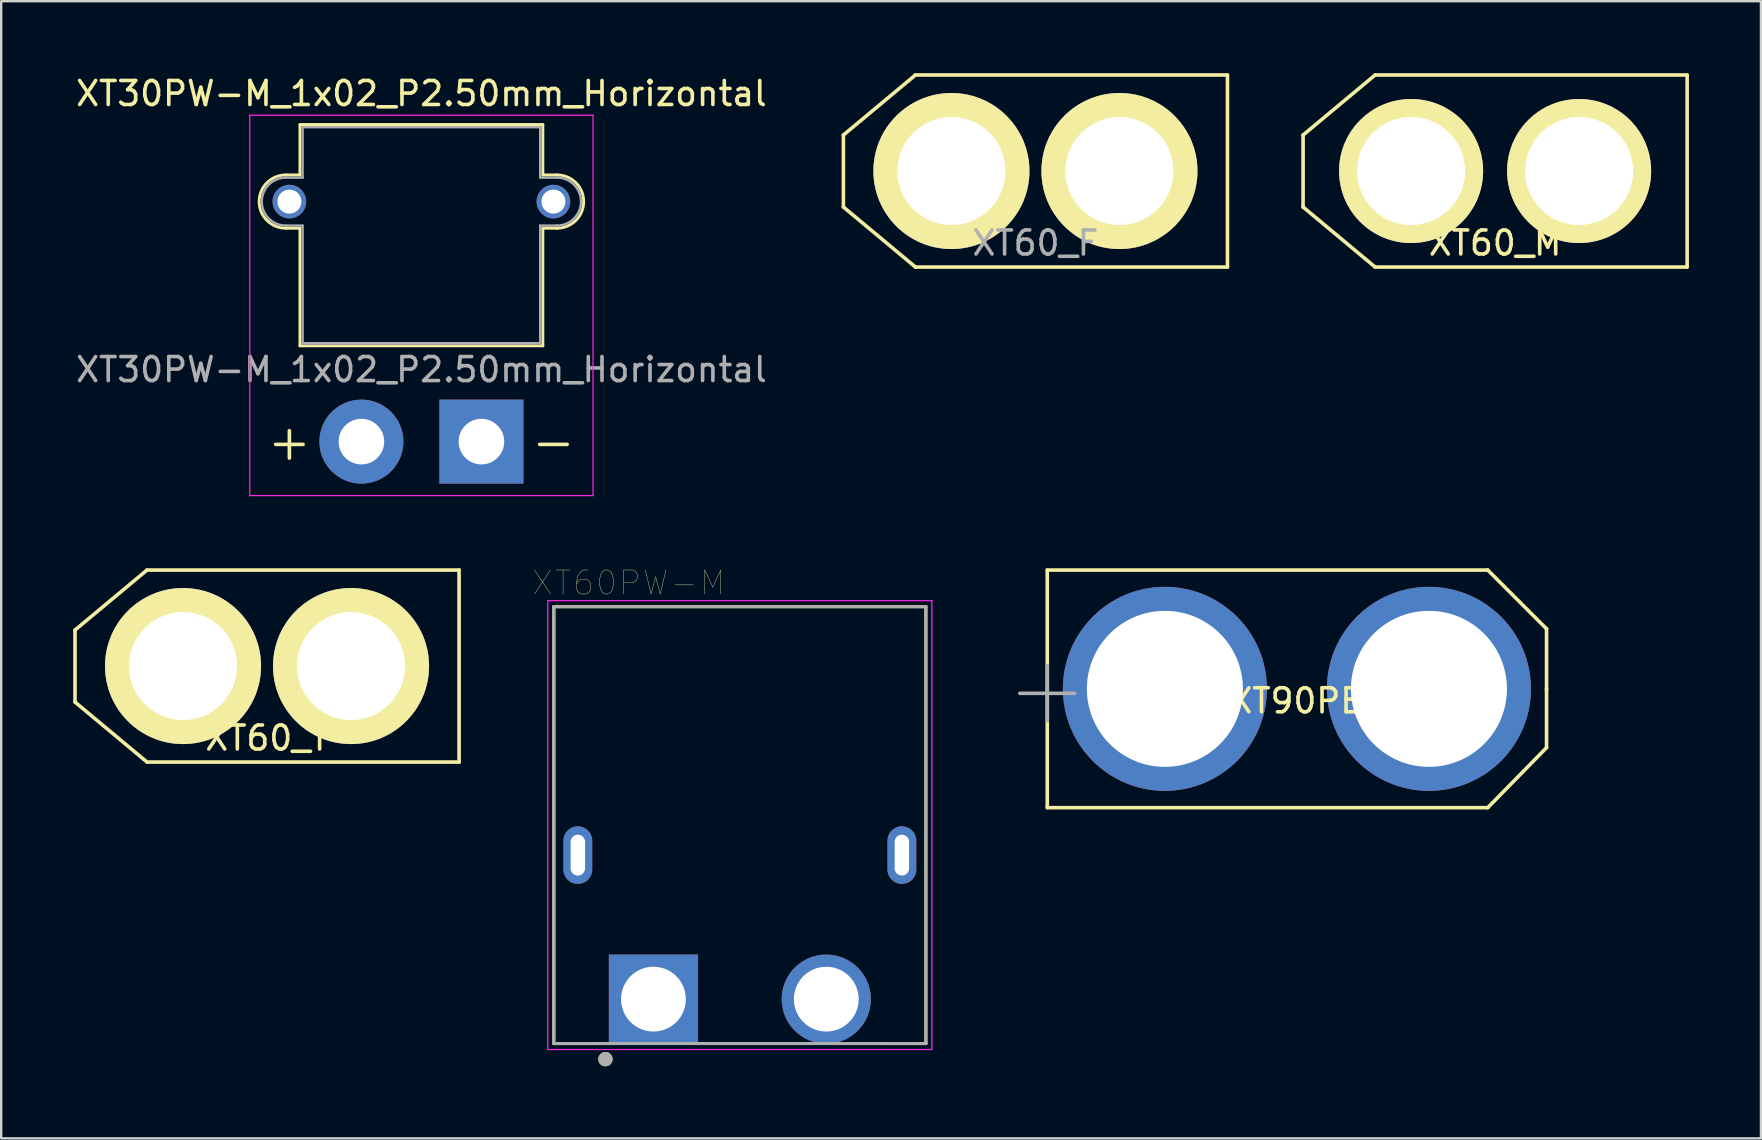
<source format=kicad_pcb>
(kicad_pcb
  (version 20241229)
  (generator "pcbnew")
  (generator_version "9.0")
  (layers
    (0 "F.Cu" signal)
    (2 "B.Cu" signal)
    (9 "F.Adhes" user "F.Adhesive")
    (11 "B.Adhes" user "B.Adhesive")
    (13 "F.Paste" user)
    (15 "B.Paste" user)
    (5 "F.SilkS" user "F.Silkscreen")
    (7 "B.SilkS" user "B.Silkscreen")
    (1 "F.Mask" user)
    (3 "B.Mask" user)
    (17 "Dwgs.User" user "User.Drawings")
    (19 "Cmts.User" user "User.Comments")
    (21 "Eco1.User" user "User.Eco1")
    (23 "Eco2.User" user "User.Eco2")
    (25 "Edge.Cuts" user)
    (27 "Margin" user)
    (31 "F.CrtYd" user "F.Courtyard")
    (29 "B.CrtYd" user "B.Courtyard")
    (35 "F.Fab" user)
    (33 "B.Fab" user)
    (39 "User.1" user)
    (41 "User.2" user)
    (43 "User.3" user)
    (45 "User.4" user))
  (footprint "XT30PW-M_1x02_P2.50mm_Horizontal"
    (layer "F.Cu")
    (at 17.006 15.348)
    (property "Reference" "XT30PW-M_1x02_P2.50mm_Horizontal" (at -2.5 -14.5 0) (layer "F.SilkS") (effects (font (size 1 1) (thickness 0.15))))
    (attr through_hole)
    (fp_line (start -8.15 -11.11) (end -7.56 -11.11) (stroke (width 0.12) (type solid)) (layer "F.SilkS"))
    (fp_line (start -8.15 -8.89) (end -7.56 -8.89) (stroke (width 0.12) (type solid)) (layer "F.SilkS"))
    (fp_line (start -7.56 -13.21) (end -7.56 -11.11) (stroke (width 0.12) (type solid)) (layer "F.SilkS"))
    (fp_line (start -7.56 -13.21) (end 2.56 -13.21) (stroke (width 0.12) (type solid)) (layer "F.SilkS"))
    (fp_line (start -7.56 -8.89) (end -7.56 -3.99) (stroke (width 0.12) (type solid)) (layer "F.SilkS"))
    (fp_line (start -7.56 -3.99) (end 2.56 -3.99) (stroke (width 0.12) (type solid)) (layer "F.SilkS"))
    (fp_line (start 2.56 -13.21) (end 2.56 -11.11) (stroke (width 0.12) (type solid)) (layer "F.SilkS"))
    (fp_line (start 2.56 -11.11) (end 3.15 -11.11) (stroke (width 0.12) (type solid)) (layer "F.SilkS"))
    (fp_line (start 2.56 -8.89) (end 2.56 -3.99) (stroke (width 0.12) (type solid)) (layer "F.SilkS"))
    (fp_line (start 2.56 -8.89) (end 3.15 -8.89) (stroke (width 0.12) (type solid)) (layer "F.SilkS"))
    (fp_arc (start -8.15 -8.89) (mid -9.26 -10) (end -8.15 -11.11) (stroke (width 0.12) (type solid)) (layer "F.SilkS"))
    (fp_arc (start 3.15 -11.11) (mid 4.26 -10) (end 3.15 -8.89) (stroke (width 0.12) (type solid)) (layer "F.SilkS"))
    (fp_line (start -9.65 -13.6) (end -9.65 2.25) (stroke (width 0.05) (type solid)) (layer "F.CrtYd"))
    (fp_line (start -9.65 -13.6) (end 4.65 -13.6) (stroke (width 0.05) (type solid)) (layer "F.CrtYd"))
    (fp_line (start -9.65 2.25) (end 4.65 2.25) (stroke (width 0.05) (type solid)) (layer "F.CrtYd"))
    (fp_line (start 4.65 -13.6) (end 4.65 2.25) (stroke (width 0.05) (type solid)) (layer "F.CrtYd"))
    (fp_line (start -8.15 -11) (end -7.45 -11) (stroke (width 0.1) (type solid)) (layer "F.Fab"))
    (fp_line (start -8.15 -9) (end -7.45 -9) (stroke (width 0.1) (type solid)) (layer "F.Fab"))
    (fp_line (start -7.45 -13.1) (end -7.45 -11) (stroke (width 0.1) (type solid)) (layer "F.Fab"))
    (fp_line (start -7.45 -13.1) (end 2.45 -13.1) (stroke (width 0.1) (type solid)) (layer "F.Fab"))
    (fp_line (start -7.45 -9) (end -7.45 -4.1) (stroke (width 0.1) (type solid)) (layer "F.Fab"))
    (fp_line (start -7.45 -4.1) (end 2.45 -4.1) (stroke (width 0.1) (type solid)) (layer "F.Fab"))
    (fp_line (start 2.45 -13.1) (end 2.45 -11) (stroke (width 0.1) (type solid)) (layer "F.Fab"))
    (fp_line (start 2.45 -11) (end 3.15 -11) (stroke (width 0.1) (type solid)) (layer "F.Fab"))
    (fp_line (start 2.45 -9) (end 2.45 -4.1) (stroke (width 0.1) (type solid)) (layer "F.Fab"))
    (fp_line (start 2.45 -9) (end 3.15 -9) (stroke (width 0.1) (type solid)) (layer "F.Fab"))
    (fp_arc (start -8.15 -9) (mid -9.15 -10) (end -8.15 -11) (stroke (width 0.1) (type solid)) (layer "F.Fab"))
    (fp_arc (start 3.15 -11) (mid 4.15 -10) (end 3.15 -9) (stroke (width 0.1) (type solid)) (layer "F.Fab"))
    (fp_text user "-" (at 3 0 0) (layer "F.SilkS") (effects (font (size 1.5 1.5) (thickness 0.15))))
    (fp_text user "+" (at -8 0 0) (layer "F.SilkS") (effects (font (size 1.5 1.5) (thickness 0.15))))
    (fp_text user "${REFERENCE}" (at -2.5 -3 0) (layer "F.Fab") (effects (font (size 1 1) (thickness 0.15))))
    (pad "" thru_hole circle (at -8 -10) (size 1.4 1.4) (drill 1) (layers "*.Cu" "*.Mask"))
    (pad "" thru_hole circle (at 3 -10) (size 1.4 1.4) (drill 1) (layers "*.Cu" "*.Mask"))
    (pad "1" thru_hole rect (at 0 0) (size 3.5 3.5) (drill 1.9) (layers "*.Cu" "*.Mask"))
    (pad "2" thru_hole circle (at -5 0) (size 3.5 3.5) (drill 1.9) (layers "*.Cu" "*.Mask")))
  (footprint "XT60PW-M"
    (layer "F.Cu")
    (at 27.773 32.575)
    (property "Reference" "XT60PW-M" (at -4.627 -11.34 0) (layer "F.SilkS") (effects (font (size 1 1) (thickness 0.015))))
    (attr through_hole)
    (fp_line (start -7.75 -10.35) (end -7.75 7.85) (stroke (width 0.127) (type solid)) (layer "F.SilkS"))
    (fp_line (start -7.75 7.85) (end -6 7.85) (stroke (width 0.127) (type solid)) (layer "F.SilkS"))
    (fp_line (start 7.75 -10.35) (end -7.75 -10.35) (stroke (width 0.127) (type solid)) (layer "F.SilkS"))
    (fp_line (start 7.75 7.85) (end 6 7.85) (stroke (width 0.127) (type solid)) (layer "F.SilkS"))
    (fp_line (start 7.75 7.85) (end 7.75 -10.35) (stroke (width 0.127) (type solid)) (layer "F.SilkS"))
    (fp_circle (center -5.6 8.5) (end -5.45 8.5) (stroke (width 0.3) (type solid)) (fill no) (layer "F.SilkS"))
    (fp_line (start -8 -10.6) (end 8 -10.6) (stroke (width 0.05) (type solid)) (layer "F.CrtYd"))
    (fp_line (start -8 8.1) (end -8 -10.6) (stroke (width 0.05) (type solid)) (layer "F.CrtYd"))
    (fp_line (start 8 -10.6) (end 8 8.1) (stroke (width 0.05) (type solid)) (layer "F.CrtYd"))
    (fp_line (start 8 8.1) (end -8 8.1) (stroke (width 0.05) (type solid)) (layer "F.CrtYd"))
    (fp_line (start -7.75 -10.35) (end -7.75 7.85) (stroke (width 0.127) (type solid)) (layer "F.Fab"))
    (fp_line (start -7.75 7.85) (end 7.75 7.85) (stroke (width 0.127) (type solid)) (layer "F.Fab"))
    (fp_line (start 7.75 -10.35) (end -7.75 -10.35) (stroke (width 0.127) (type solid)) (layer "F.Fab"))
    (fp_line (start 7.75 7.85) (end 7.75 -10.35) (stroke (width 0.127) (type solid)) (layer "F.Fab"))
    (fp_circle (center -5.6 8.5) (end -5.45 8.5) (stroke (width 0.3) (type solid)) (fill no) (layer "F.Fab"))
    (pad "1" thru_hole rect (at -3.6 6) (size 3.716 3.716) (drill 2.7) (layers "*.Cu" "*.Mask"))
    (pad "2" thru_hole circle (at 3.6 6) (size 3.716 3.716) (drill 2.7) (layers "*.Cu" "*.Mask"))
    (pad "S1" thru_hole oval (at -6.75 0) (size 1.2 2.4) (drill oval 0.6 1.7) (layers "*.Cu" "*.Mask"))
    (pad "S2" thru_hole oval (at 6.75 0) (size 1.2 2.4) (drill oval 0.6 1.7) (layers "*.Cu" "*.Mask")))
  (footprint "XT60_T"
    (layer "F.Cu")
    (at 8.075 24.698)
    (property "Reference" "XT60_T" (at 0 3 0) (layer "F.SilkS") (effects (font (size 1 1) (thickness 0.15))))
    (attr through_hole)
    (fp_line (start -8 -1.5) (end -8 1.5) (stroke (width 0.15) (type solid)) (layer "F.SilkS"))
    (fp_line (start -8 -1.5) (end -5 -4) (stroke (width 0.15) (type solid)) (layer "F.SilkS"))
    (fp_line (start -8 1.5) (end -5 4) (stroke (width 0.15) (type solid)) (layer "F.SilkS"))
    (fp_line (start -5 -4) (end 8 -4) (stroke (width 0.15) (type solid)) (layer "F.SilkS"))
    (fp_line (start -5 4) (end 8 4) (stroke (width 0.15) (type solid)) (layer "F.SilkS"))
    (fp_line (start 8 -4) (end 8 4) (stroke (width 0.15) (type solid)) (layer "F.SilkS"))
    (pad "1" thru_hole circle (at -3.5 0) (size 6.5 6.5) (drill 4.5) (layers "*.Cu" "*.Mask" "F.SilkS"))
    (pad "2" thru_hole circle (at 3.5 0) (size 6.5 6.5) (drill 4.5) (layers "*.Cu" "*.Mask" "F.SilkS")))
  (footprint "XT60_M"
    (layer "F.Cu")
    (at 59.237 4.075)
    (property "Reference" "XT60_M" (at 0 3 0) (layer "F.SilkS") (effects (font (size 1 1) (thickness 0.15))))
    (attr through_hole)
    (fp_line (start -8 -1.5) (end -8 1.5) (stroke (width 0.15) (type solid)) (layer "F.SilkS"))
    (fp_line (start -8 -1.5) (end -5 -4) (stroke (width 0.15) (type solid)) (layer "F.SilkS"))
    (fp_line (start -8 1.5) (end -5 4) (stroke (width 0.15) (type solid)) (layer "F.SilkS"))
    (fp_line (start -5 -4) (end 8 -4) (stroke (width 0.15) (type solid)) (layer "F.SilkS"))
    (fp_line (start -5 4) (end 8 4) (stroke (width 0.15) (type solid)) (layer "F.SilkS"))
    (fp_line (start 8 -4) (end 8 4) (stroke (width 0.15) (type solid)) (layer "F.SilkS"))
    (pad "1" thru_hole circle (at -3.5 0) (size 6 6) (drill 4.5) (layers "*.Cu" "*.Mask" "F.SilkS"))
    (pad "2" thru_hole circle (at 3.5 0) (size 6 6) (drill 4.5) (layers "*.Cu" "*.Mask" "F.SilkS")))
  (footprint "XT90PB"
    (layer "F.Cu")
    (at 50.98 25.648)
    (property "Reference" "XT90PB" (at 0 0.5 0) (layer "F.SilkS") (effects (font (size 1 1) (thickness 0.15))))
    (attr through_hole)
    (fp_line (start -10.4 -4.95) (end -10.4 4.95) (stroke (width 0.15) (type solid)) (layer "F.SilkS"))
    (fp_line (start -10.4 4.95) (end 7.95 4.95) (stroke (width 0.15) (type solid)) (layer "F.SilkS"))
    (fp_line (start 7.95 -4.95) (end -10.4 -4.95) (stroke (width 0.15) (type solid)) (layer "F.SilkS"))
    (fp_line (start 7.95 -4.95) (end 10.4 -2.5) (stroke (width 0.15) (type solid)) (layer "F.SilkS"))
    (fp_line (start 7.95 4.95) (end 10.4 2.45) (stroke (width 0.15) (type solid)) (layer "F.SilkS"))
    (fp_line (start 10.4 0) (end 10.4 2.45) (stroke (width 0.15) (type solid)) (layer "F.SilkS"))
    (fp_line (start 10.4 0.05) (end 10.4 -2.5) (stroke (width 0.15) (type solid)) (layer "F.SilkS"))
    (fp_text user "+" (at -10.4 -0.05 0) (layer "F.Fab") (effects (font (size 3 3) (thickness 0.15))))
    (pad "1" thru_hole circle (at 5.5 0) (size 8.5 8.5) (drill 6.5) (layers "*.Cu" "*.Mask"))
    (pad "2" thru_hole circle (at -5.5 0) (size 8.5 8.5) (drill 6.5) (layers "*.Cu" "*.Mask")))
  (footprint "XT60_F"
    (layer "F.Cu")
    (at 40.087 4.075)
    (property "Reference" "XT60_F" (at 0 3 0) (layer "F.Fab") (effects (font (size 1 1) (thickness 0.15))))
    (attr through_hole)
    (fp_line (start -8 -1.5) (end -8 1.5) (stroke (width 0.15) (type solid)) (layer "F.SilkS"))
    (fp_line (start -8 -1.5) (end -5 -4) (stroke (width 0.15) (type solid)) (layer "F.SilkS"))
    (fp_line (start -8 1.5) (end -5 4) (stroke (width 0.15) (type solid)) (layer "F.SilkS"))
    (fp_line (start -5 -4) (end 8 -4) (stroke (width 0.15) (type solid)) (layer "F.SilkS"))
    (fp_line (start -5 4) (end 8 4) (stroke (width 0.15) (type solid)) (layer "F.SilkS"))
    (fp_line (start 8 -4) (end 8 4) (stroke (width 0.15) (type solid)) (layer "F.SilkS"))
    (pad "1" thru_hole circle (at -3.5 0) (size 6.5 6.5) (drill 4.5) (layers "*.Cu" "*.Mask" "F.SilkS"))
    (pad "2" thru_hole circle (at 3.5 0) (size 6.5 6.5) (drill 4.5) (layers "*.Cu" "*.Mask" "F.SilkS")))
  (gr_rect
    (start -3 -3)
    (end 70.312 44.375)
    (stroke (width 0.1) (type default))
    (fill no)
    (layer "Edge.Cuts")))
</source>
